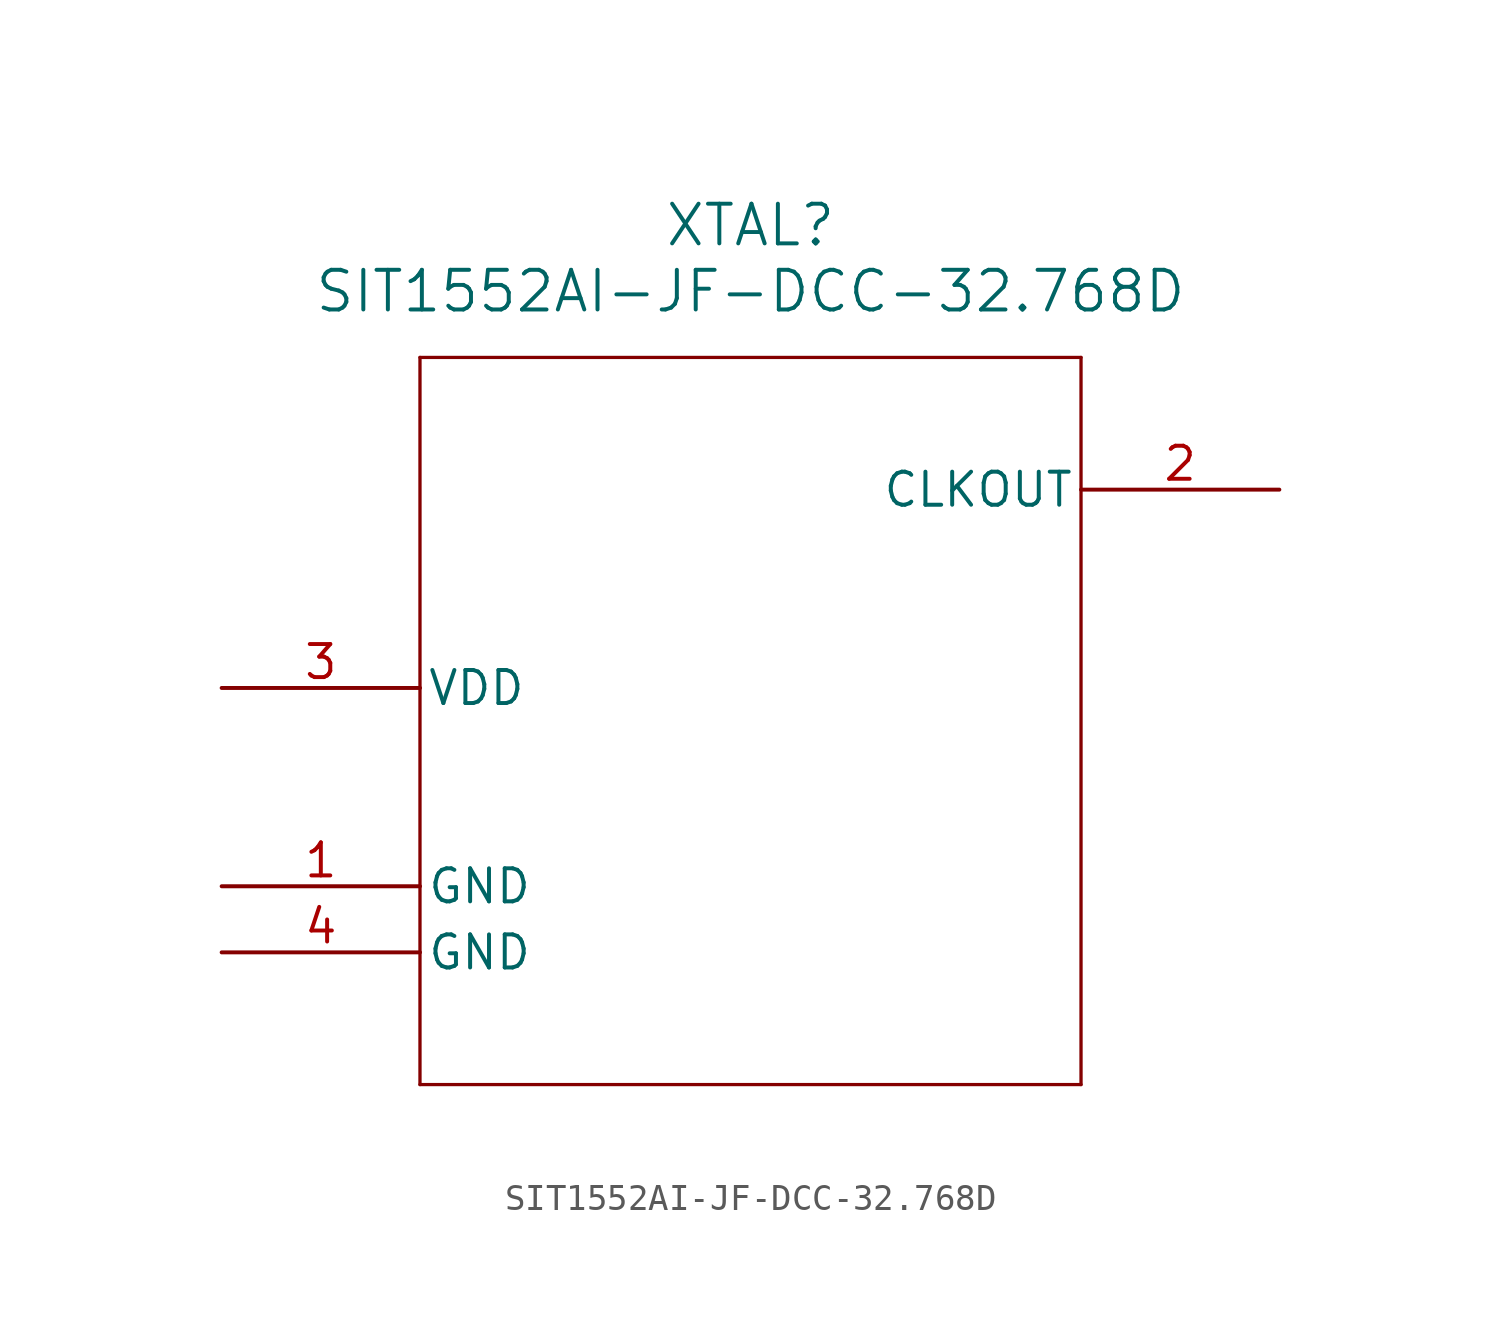
<source format=kicad_sym>
(kicad_symbol_lib
  (version 20211014)
  (generator kicad_symbol_editor)
  (symbol "SIT1552AI-JF-DCC-32.768D"
    (pin_names
      (offset 0.254))
    (property "Reference" "XTAL"
      (at 20.32 17.78 0)
      (effects (font (size 1.524 1.524))))
    (property "Value" "SIT1552AI-JF-DCC-32.768D"
      (at 20.32 15.24 0)
      (effects (font (size 1.524 1.524))))
    (symbol "SIT1552AI-JF-DCC-32.768D_0_1"
      (polyline (pts (xy 7.62 12.7) (xy 7.62 -15.24)) (stroke (width 0.127) (type default) (color 0 0 0 0)) (fill (type none)))
      (polyline (pts (xy 7.62 -15.24) (xy 33.02 -15.24)) (stroke (width 0.127) (type default) (color 0 0 0 0)) (fill (type none)))
      (polyline (pts (xy 33.02 -15.24) (xy 33.02 12.7)) (stroke (width 0.127) (type default) (color 0 0 0 0)) (fill (type none)))
      (polyline (pts (xy 33.02 12.7) (xy 7.62 12.7)) (stroke (width 0.127) (type default) (color 0 0 0 0)) (fill (type none)))
      (pin power_out line (at 0 -7.62 0) (length 7.62) (name "GND" (effects (font (size 1.27 1.27)))) (number "1" (effects (font (size 1.27 1.27)))))
      (pin output line (at 40.64 7.62 180) (length 7.62) (name "CLKOUT" (effects (font (size 1.27 1.27)))) (number "2" (effects (font (size 1.27 1.27)))))
      (pin power_in line (at 0 0 0) (length 7.62) (name "VDD" (effects (font (size 1.27 1.27)))) (number "3" (effects (font (size 1.27 1.27)))))
      (pin power_out line (at 0 -10.16 0) (length 7.62) (name "GND" (effects (font (size 1.27 1.27)))) (number "4" (effects (font (size 1.27 1.27))))))))
</source>
